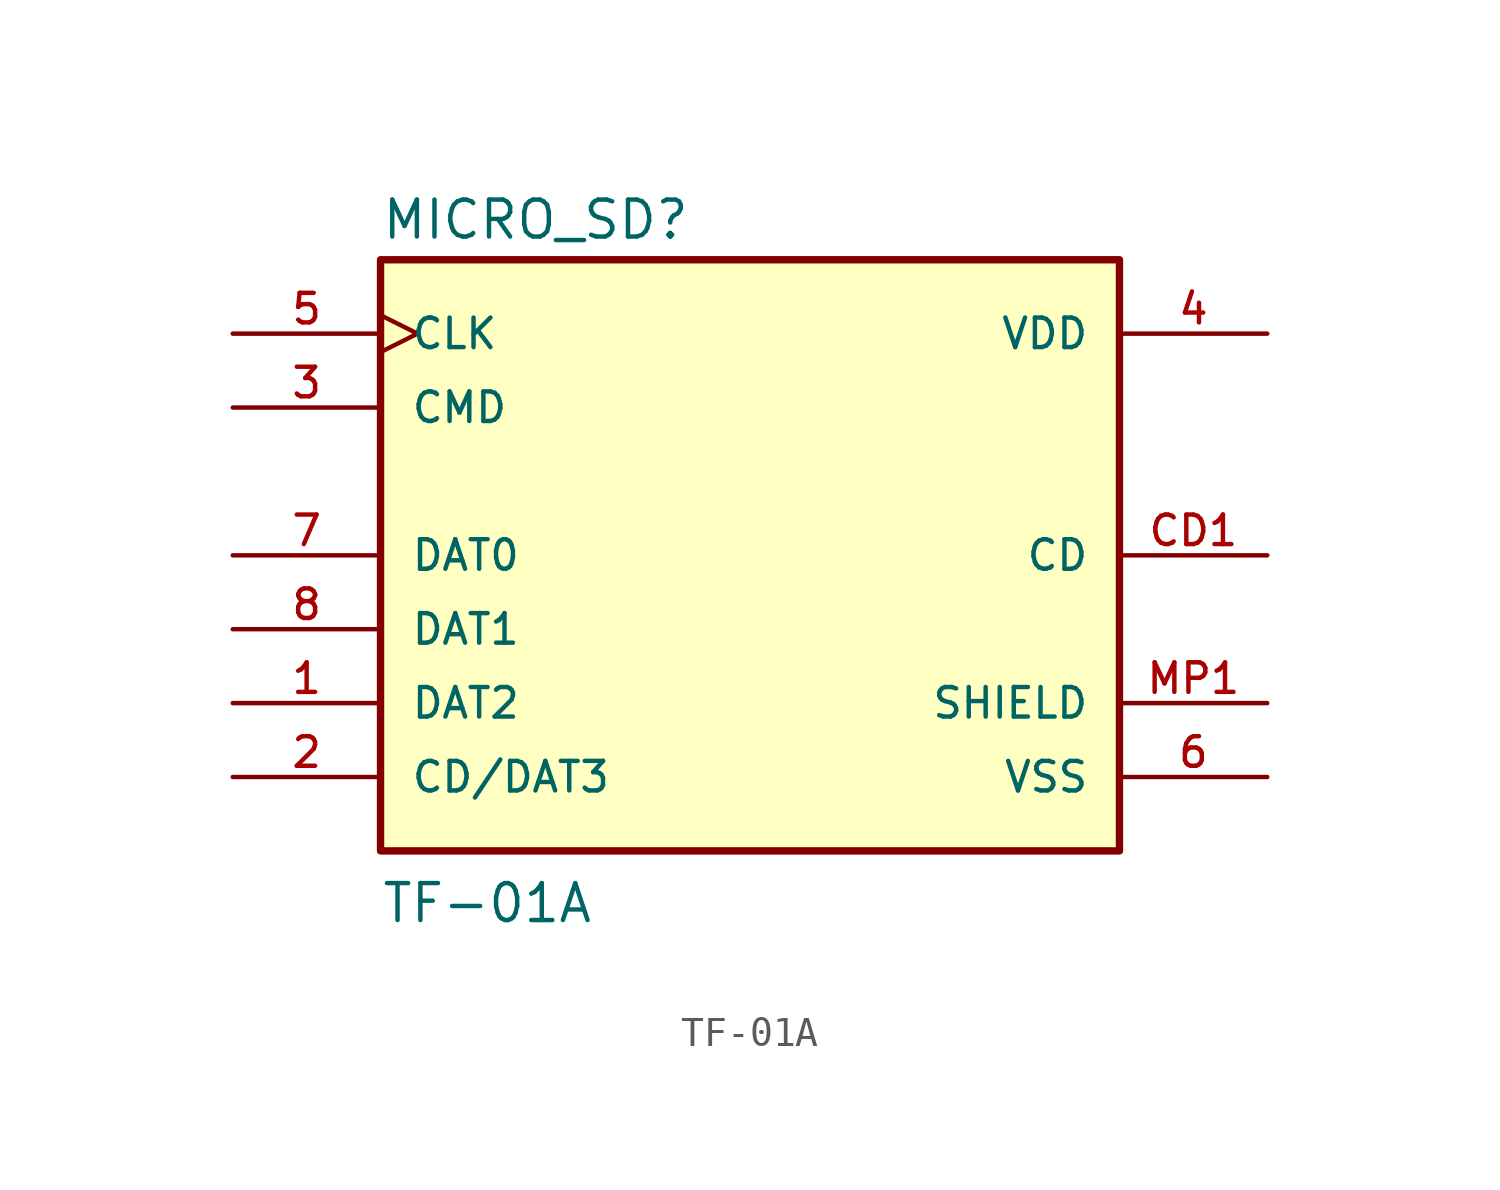
<source format=kicad_sym>
(kicad_symbol_lib
  (version 20241209)
  (generator "kicad_symbol_editor")
  (generator_version "9.0")
  (symbol "TF-01A"
    (pin_names
      (offset 1.016))
    (property "Reference" "MICRO_SD"
      (at -12.7 10.795 0)
      (effects (font (size 1.27 1.27)) (justify left bottom)))
    (property "Value" "TF-01A"
      (at -12.7 -12.7 0)
      (effects (font (size 1.27 1.27)) (justify left bottom)))
    (symbol "TF-01A_0_0"
      (rectangle (start -12.7 10.16) (end 12.7 -10.16) (stroke (width 0.254) (type default)) (fill (type background)))
      (pin bidirectional clock (at -17.78 7.62 0) (length 5.08) (name "CLK" (effects (font (size 1.016 1.016)))) (number "5" (effects (font (size 1.016 1.016)))))
      (pin bidirectional line (at -17.78 5.08 0) (length 5.08) (name "CMD" (effects (font (size 1.016 1.016)))) (number "3" (effects (font (size 1.016 1.016)))))
      (pin bidirectional line (at -17.78 0 0) (length 5.08) (name "DAT0" (effects (font (size 1.016 1.016)))) (number "7" (effects (font (size 1.016 1.016)))))
      (pin bidirectional line (at -17.78 -2.54 0) (length 5.08) (name "DAT1" (effects (font (size 1.016 1.016)))) (number "8" (effects (font (size 1.016 1.016)))))
      (pin bidirectional line (at -17.78 -5.08 0) (length 5.08) (name "DAT2" (effects (font (size 1.016 1.016)))) (number "1" (effects (font (size 1.016 1.016)))))
      (pin bidirectional line (at -17.78 -7.62 0) (length 5.08) (name "CD/DAT3" (effects (font (size 1.016 1.016)))) (number "2" (effects (font (size 1.016 1.016)))))
      (pin power_in line (at 17.78 7.62 180) (length 5.08) (name "VDD" (effects (font (size 1.016 1.016)))) (number "4" (effects (font (size 1.016 1.016)))))
      (pin passive line (at 17.78 0 180) (length 5.08) (name "CD" (effects (font (size 1.016 1.016)))) (number "CD1" (effects (font (size 1.016 1.016)))))
      (pin power_in line (at 17.78 -5.08 180) (length 5.08) (name "SHIELD" (effects (font (size 1.016 1.016)))) (number "MP1" (effects (font (size 1.016 1.016)))))
      (pin power_in line (at 17.78 -5.08 180) (length 5.08) (hide yes) (name "SHIELD" (effects (font (size 1.016 1.016)))) (number "MP2" (effects (font (size 1.016 1.016)))))
      (pin power_in line (at 17.78 -5.08 180) (length 5.08) (hide yes) (name "SHIELD" (effects (font (size 1.016 1.016)))) (number "MP3" (effects (font (size 1.016 1.016)))))
      (pin power_in line (at 17.78 -5.08 180) (length 5.08) (hide yes) (name "SHIELD" (effects (font (size 1.016 1.016)))) (number "MP4" (effects (font (size 1.016 1.016)))))
      (pin power_in line (at 17.78 -7.62 180) (length 5.08) (name "VSS" (effects (font (size 1.016 1.016)))) (number "6" (effects (font (size 1.016 1.016))))))))
</source>
